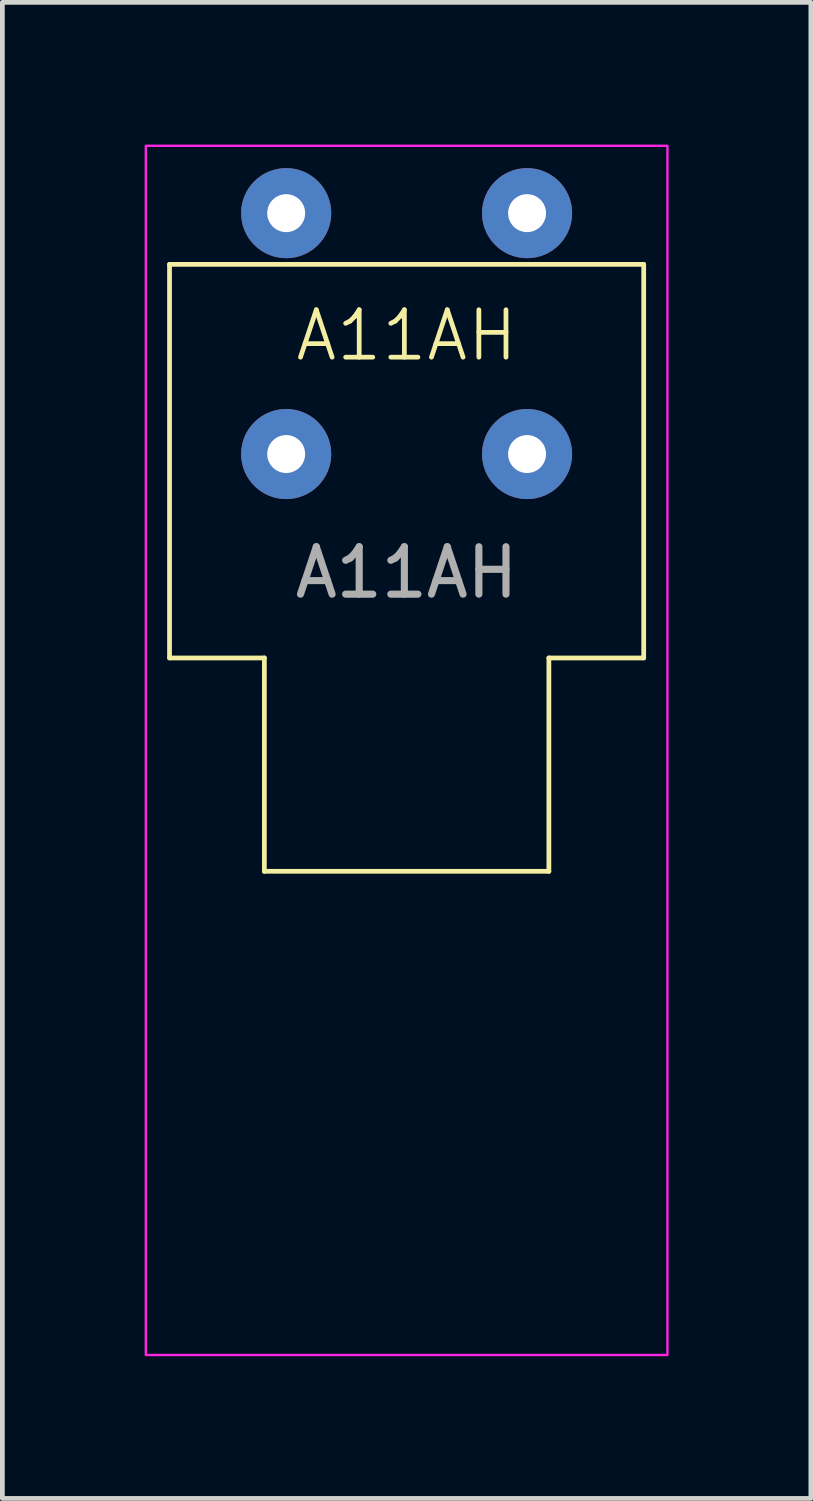
<source format=kicad_pcb>
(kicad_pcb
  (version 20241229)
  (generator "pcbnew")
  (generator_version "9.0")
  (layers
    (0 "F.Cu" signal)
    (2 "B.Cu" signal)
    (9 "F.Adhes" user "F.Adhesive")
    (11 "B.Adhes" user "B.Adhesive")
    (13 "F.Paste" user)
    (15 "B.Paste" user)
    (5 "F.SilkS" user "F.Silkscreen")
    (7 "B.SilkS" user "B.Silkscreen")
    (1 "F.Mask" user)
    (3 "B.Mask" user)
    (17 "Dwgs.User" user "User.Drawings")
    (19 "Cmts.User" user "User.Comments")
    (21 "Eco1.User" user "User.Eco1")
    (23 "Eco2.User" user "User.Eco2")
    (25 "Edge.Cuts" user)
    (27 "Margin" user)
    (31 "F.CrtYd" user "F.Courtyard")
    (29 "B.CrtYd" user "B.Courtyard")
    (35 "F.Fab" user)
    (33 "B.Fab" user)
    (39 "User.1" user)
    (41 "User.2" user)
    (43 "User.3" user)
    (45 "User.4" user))
  (footprint "A11AH"
    (layer "F.Cu")
    (at 5.525 6.525)
    (property "Reference" "A11AH" (at 0 -2.5 0) (unlocked yes) (layer "F.SilkS") (effects (font (size 1 1) (thickness 0.1))))
    (attr smd)
    (fp_line (start -5 -4) (end 5 -4) (stroke (width 0.1) (type default)) (layer "F.SilkS"))
    (fp_line (start -5 4.3) (end -5 -4) (stroke (width 0.1) (type solid)) (layer "F.SilkS"))
    (fp_line (start -5 4.3) (end -3 4.3) (stroke (width 0.1) (type default)) (layer "F.SilkS"))
    (fp_line (start -3 4.3) (end -3 8.8) (stroke (width 0.1) (type solid)) (layer "F.SilkS"))
    (fp_line (start -3 8.8) (end 3 8.8) (stroke (width 0.1) (type default)) (layer "F.SilkS"))
    (fp_line (start 3 4.3) (end 3 8.8) (stroke (width 0.1) (type solid)) (layer "F.SilkS"))
    (fp_line (start 5 -4) (end 5 4.3) (stroke (width 0.1) (type solid)) (layer "F.SilkS"))
    (fp_line (start 5 4.3) (end 3 4.3) (stroke (width 0.1) (type default)) (layer "F.SilkS"))
    (fp_rect (start -5.5 -6.5) (end 5.5 19) (stroke (width 0.05) (type default)) (fill no) (layer "F.CrtYd"))
    (fp_line (start -1 18.8) (end -0.5 8.8) (stroke (width 0.1) (type default)) (layer "User.1"))
    (fp_line (start -0.5 8.8) (end 0.5 8.8) (stroke (width 0.1) (type default)) (layer "User.1"))
    (fp_line (start 0.5 8.8) (end 1 18.8) (stroke (width 0.1) (type default)) (layer "User.1"))
    (fp_line (start 1 18.8) (end -1 18.8) (stroke (width 0.1) (type default)) (layer "User.1"))
    (fp_text user "${REFERENCE}" (at 0 2.5 0) (unlocked yes) (layer "F.Fab") (effects (font (size 1 1) (thickness 0.15))))
    (pad "" thru_hole circle (at -2.54 0) (size 1.9 1.9) (drill 0.8) (layers "*.Cu" "*.Mask"))
    (pad "" thru_hole circle (at 2.54 0) (size 1.9 1.9) (drill 0.8) (layers "*.Cu" "*.Mask"))
    (pad "1" thru_hole circle (at -2.54 -5.08) (size 1.9 1.9) (drill 0.8) (layers "*.Cu" "*.Mask"))
    (pad "2" thru_hole circle (at 2.54 -5.08) (size 1.9 1.9) (drill 0.8) (layers "*.Cu" "*.Mask")))
  (gr_rect
    (start -3 -3)
    (end 14.05 28.55)
    (stroke (width 0.1) (type default))
    (fill no)
    (layer "Edge.Cuts")))
</source>
